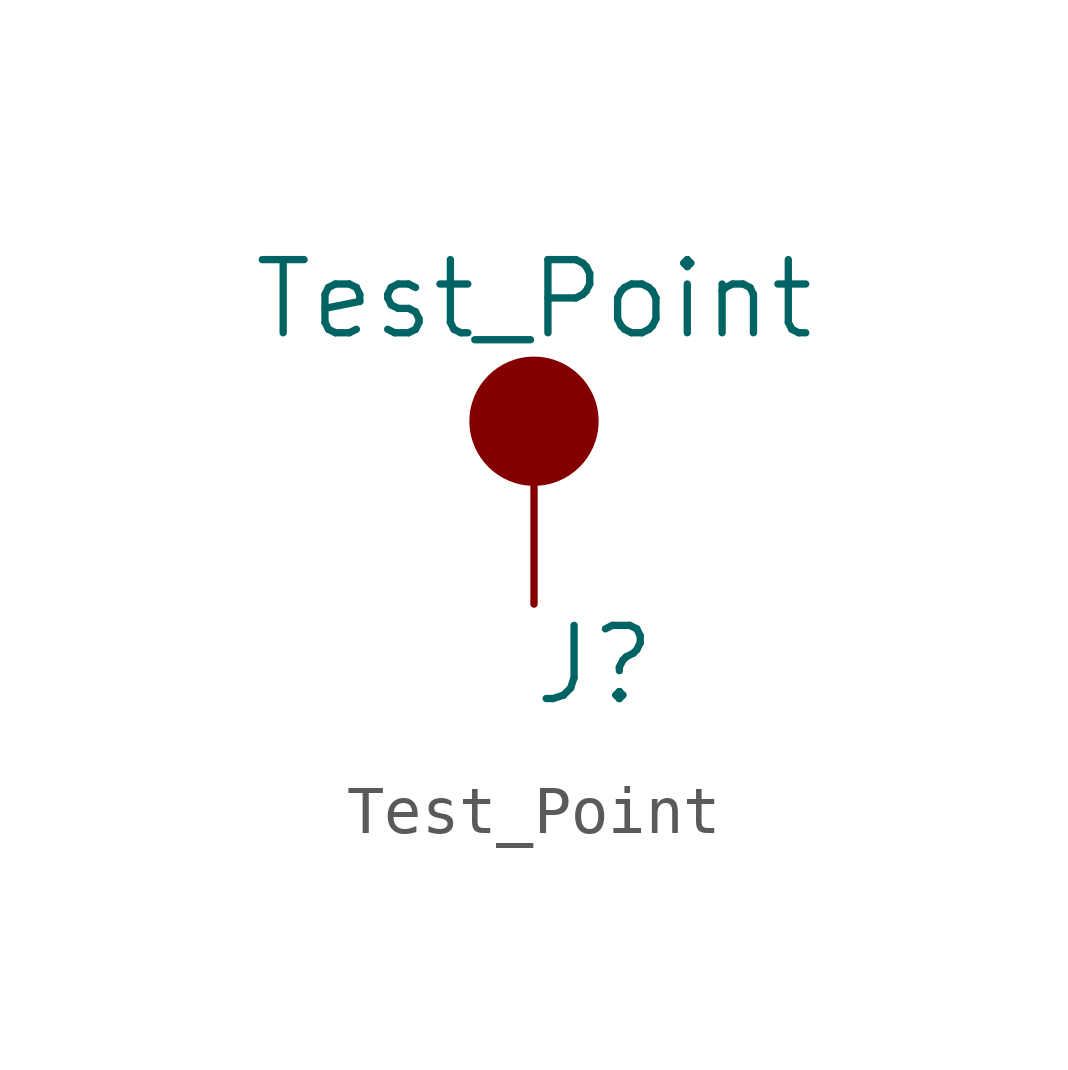
<source format=kicad_sym>
(kicad_symbol_lib
  (version 20231120)
  (generator "kicad_symbol_editor")
  (generator_version "8.0")
  (symbol "Test_Point"
    (pin_numbers hide)
    (pin_names
      (offset 1.016) hide)
    (property "Reference" "J"
      (at 1.27 -1.27 0)
      (effects (font (size 1.524 1.524))))
    (property "Value" "Test_Point"
      (at 0 6.35 0)
      (effects (font (size 1.524 1.524))))
    (symbol "Test_Point_0_1"
      (circle (center 0 3.81) (radius 1.27) (stroke (width 0) (type default)) (fill (type outline))))
    (symbol "Test_Point_1_0"
      (pin unspecified line (at 0 0 90) (length 2.54) (name "~" (effects (font (size 1.499 1.499)))) (number "1" (effects (font (size 1.499 1.499))))))))
</source>
